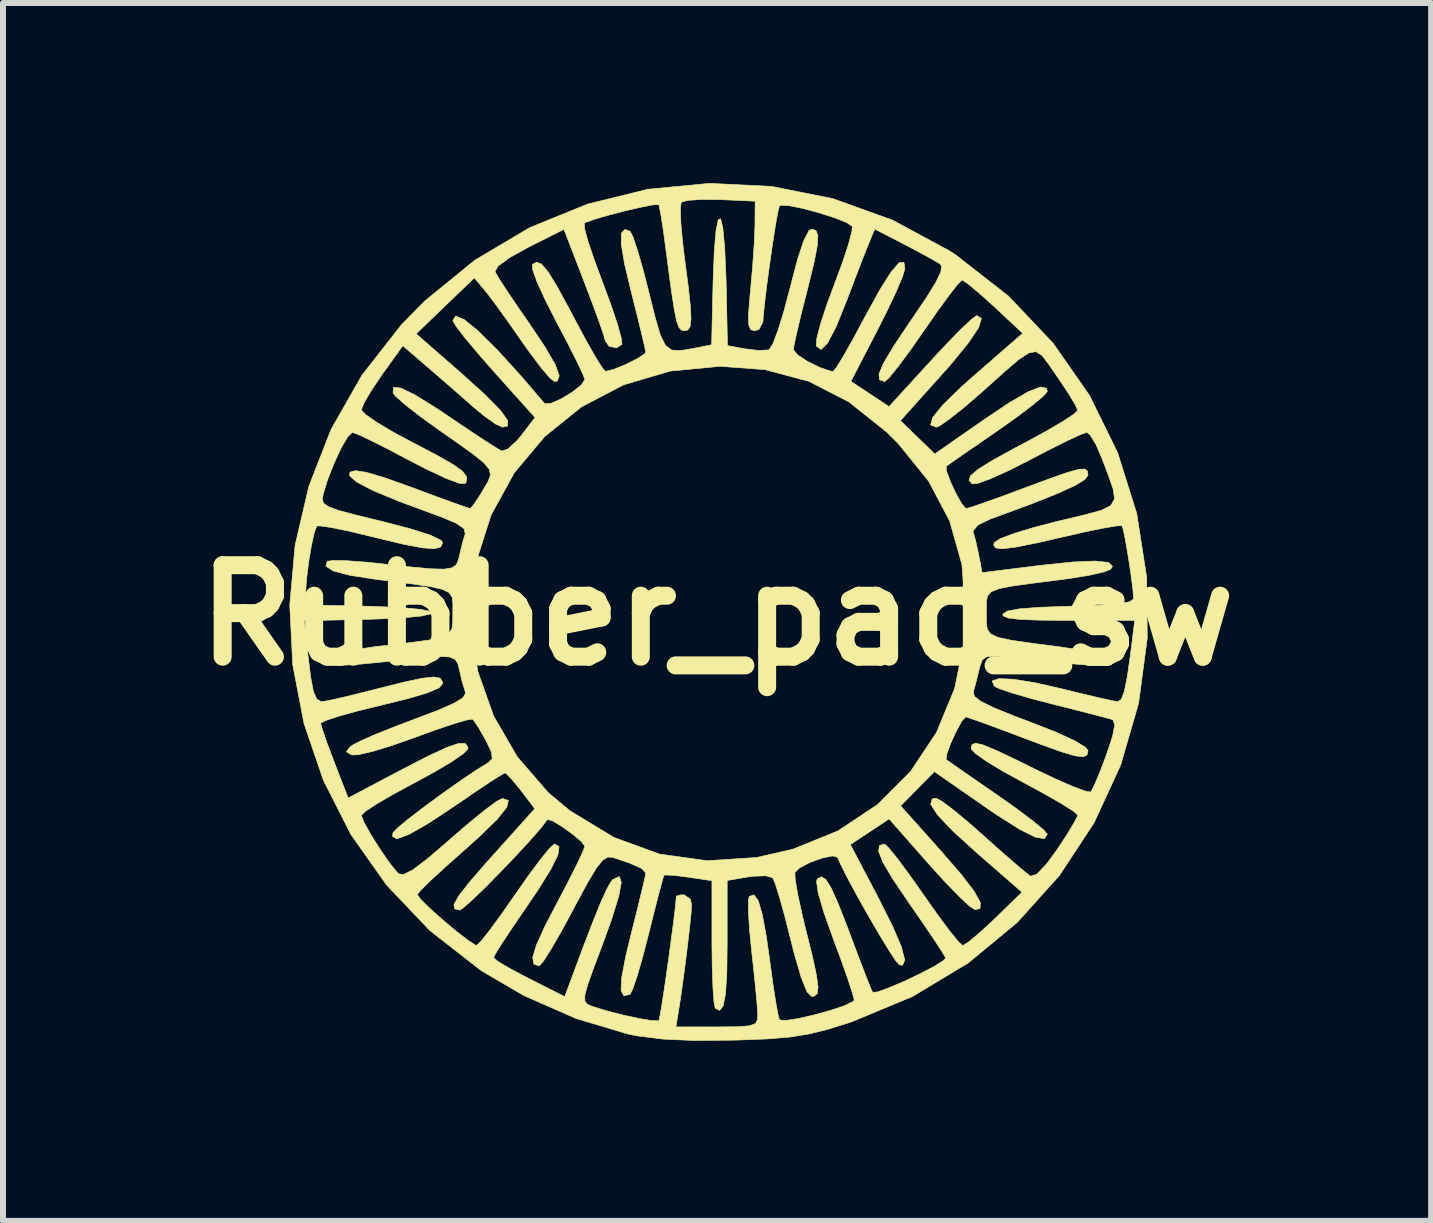
<source format=kicad_pcb>
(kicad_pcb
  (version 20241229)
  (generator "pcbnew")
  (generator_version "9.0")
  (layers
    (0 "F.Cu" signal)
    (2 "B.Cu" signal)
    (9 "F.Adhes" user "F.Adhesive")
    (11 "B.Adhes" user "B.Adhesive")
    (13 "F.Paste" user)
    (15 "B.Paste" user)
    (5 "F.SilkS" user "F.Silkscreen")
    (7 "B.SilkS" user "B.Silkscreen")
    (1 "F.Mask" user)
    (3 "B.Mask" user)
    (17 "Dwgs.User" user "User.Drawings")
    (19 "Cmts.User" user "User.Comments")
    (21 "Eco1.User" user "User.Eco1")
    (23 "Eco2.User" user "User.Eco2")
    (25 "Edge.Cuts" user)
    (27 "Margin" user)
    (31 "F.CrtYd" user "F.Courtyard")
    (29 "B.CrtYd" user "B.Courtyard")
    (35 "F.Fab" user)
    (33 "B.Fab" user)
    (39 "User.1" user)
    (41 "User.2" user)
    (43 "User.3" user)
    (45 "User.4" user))
  (footprint "Rubber_pad_sw"
    (layer "F.Cu")
    (at 8.897 7.202)
    (property "Reference" "Rubber_pad_sw" (at 0 0 0) (layer "F.SilkS") (effects (font (size 1.524 1.524) (thickness 0.3))))
    (attr through_hole)
    (fp_poly (pts (xy 0.097 -6.448) (xy 0.128 -6.123) (xy 0.149 -5.63) (xy 0.151 -5.57) (xy 0.174 -4.494) (xy 0.468 -4.439) (xy 0.696 -4.413) (xy 0.859 -4.422) (xy 0.868 -4.425) (xy 0.929 -4.519) (xy 1.015 -4.745) (xy 1.115 -5.068) (xy 1.216 -5.451) (xy 1.341 -5.929) (xy 1.446 -6.246) (xy 1.531 -6.408) (xy 1.575 -6.435) (xy 1.647 -6.413) (xy 1.68 -6.331) (xy 1.672 -6.167) (xy 1.62 -5.894) (xy 1.522 -5.491) (xy 1.482 -5.334) (xy 1.392 -4.979) (xy 1.322 -4.681) (xy 1.279 -4.48) (xy 1.272 -4.425) (xy 1.34 -4.34) (xy 1.506 -4.231) (xy 1.709 -4.13) (xy 1.888 -4.07) (xy 1.937 -4.065) (xy 1.994 -4.136) (xy 2.112 -4.329) (xy 2.272 -4.613) (xy 2.454 -4.953) (xy 2.705 -5.41) (xy 2.899 -5.719) (xy 3.036 -5.877) (xy 3.113 -5.883) (xy 3.13 -5.776) (xy 3.091 -5.645) (xy 2.989 -5.402) (xy 2.838 -5.082) (xy 2.678 -4.764) (xy 2.23 -3.898) (xy 2.548 -3.688) (xy 2.866 -3.477) (xy 3.559 -4.236) (xy 3.832 -4.529) (xy 4.068 -4.77) (xy 4.241 -4.933) (xy 4.326 -4.995) (xy 4.327 -4.995) (xy 4.405 -4.946) (xy 4.36 -4.796) (xy 4.191 -4.543) (xy 3.897 -4.183) (xy 3.729 -3.994) (xy 3.055 -3.243) (xy 3.628 -2.688) (xy 4.433 -3.249) (xy 4.868 -3.541) (xy 5.184 -3.725) (xy 5.388 -3.804) (xy 5.489 -3.784) (xy 5.503 -3.729) (xy 5.438 -3.653) (xy 5.258 -3.503) (xy 4.994 -3.303) (xy 4.678 -3.079) (xy 4.353 -2.855) (xy 4.082 -2.668) (xy 3.894 -2.537) (xy 3.818 -2.483) (xy 3.825 -2.397) (xy 3.89 -2.224) (xy 3.984 -2.023) (xy 4.079 -1.855) (xy 4.147 -1.778) (xy 4.15 -1.778) (xy 4.249 -1.806) (xy 4.472 -1.883) (xy 4.785 -1.995) (xy 5.112 -2.117) (xy 5.541 -2.276) (xy 5.837 -2.38) (xy 6.025 -2.432) (xy 6.128 -2.438) (xy 6.172 -2.403) (xy 6.181 -2.336) (xy 6.127 -2.262) (xy 5.959 -2.16) (xy 5.664 -2.026) (xy 5.232 -1.854) (xy 4.651 -1.64) (xy 4.549 -1.603) (xy 4.347 -1.504) (xy 4.266 -1.406) (xy 4.268 -1.385) (xy 4.311 -1.235) (xy 4.359 -1.01) (xy 4.362 -0.997) (xy 4.415 -0.711) (xy 5.38 -0.831) (xy 5.92 -0.888) (xy 6.303 -0.904) (xy 6.527 -0.88) (xy 6.589 -0.816) (xy 6.555 -0.765) (xy 6.44 -0.721) (xy 6.201 -0.667) (xy 5.882 -0.615) (xy 5.757 -0.598) (xy 5.271 -0.536) (xy 4.927 -0.489) (xy 4.701 -0.445) (xy 4.569 -0.393) (xy 4.506 -0.322) (xy 4.487 -0.222) (xy 4.487 -0.082) (xy 4.487 -0.04) (xy 4.487 0.118) (xy 4.502 0.231) (xy 4.557 0.31) (xy 4.679 0.367) (xy 4.892 0.414) (xy 5.221 0.462) (xy 5.692 0.523) (xy 5.709 0.525) (xy 6.16 0.595) (xy 6.448 0.666) (xy 6.58 0.739) (xy 6.588 0.754) (xy 6.592 0.798) (xy 6.555 0.827) (xy 6.458 0.84) (xy 6.279 0.836) (xy 5.998 0.815) (xy 5.593 0.777) (xy 5.043 0.72) (xy 4.944 0.71) (xy 4.659 0.683) (xy 4.499 0.689) (xy 4.421 0.741) (xy 4.379 0.853) (xy 4.368 0.899) (xy 4.312 1.125) (xy 4.27 1.278) (xy 4.288 1.35) (xy 4.395 1.434) (xy 4.613 1.541) (xy 4.961 1.682) (xy 5.206 1.774) (xy 5.64 1.944) (xy 5.958 2.089) (xy 6.141 2.2) (xy 6.181 2.253) (xy 6.165 2.326) (xy 6.102 2.357) (xy 5.968 2.342) (xy 5.741 2.275) (xy 5.396 2.151) (xy 5.08 2.032) (xy 4.72 1.897) (xy 4.421 1.787) (xy 4.216 1.715) (xy 4.141 1.693) (xy 4.079 1.762) (xy 3.988 1.927) (xy 3.895 2.129) (xy 3.829 2.307) (xy 3.817 2.401) (xy 3.818 2.402) (xy 3.897 2.459) (xy 4.087 2.592) (xy 4.36 2.781) (xy 4.678 3.001) (xy 5 3.229) (xy 5.263 3.427) (xy 5.44 3.574) (xy 5.503 3.647) (xy 5.454 3.722) (xy 5.301 3.695) (xy 5.037 3.563) (xy 4.657 3.322) (xy 4.427 3.164) (xy 3.622 2.604) (xy 3.059 3.175) (xy 3.731 3.927) (xy 4.069 4.318) (xy 4.287 4.603) (xy 4.389 4.79) (xy 4.381 4.886) (xy 4.297 4.904) (xy 4.202 4.841) (xy 4.024 4.674) (xy 3.788 4.43) (xy 3.529 4.144) (xy 2.867 3.392) (xy 2.221 3.82) (xy 2.675 4.683) (xy 2.921 5.173) (xy 3.072 5.525) (xy 3.128 5.744) (xy 3.091 5.83) (xy 3.037 5.824) (xy 2.97 5.745) (xy 2.845 5.552) (xy 2.681 5.281) (xy 2.499 4.968) (xy 2.319 4.647) (xy 2.163 4.356) (xy 2.049 4.128) (xy 2.008 4.031) (xy 1.923 4.009) (xy 1.749 4.045) (xy 1.546 4.119) (xy 1.375 4.208) (xy 1.297 4.285) (xy 1.302 4.402) (xy 1.343 4.643) (xy 1.414 4.97) (xy 1.477 5.232) (xy 1.589 5.682) (xy 1.656 5.995) (xy 1.683 6.193) (xy 1.67 6.302) (xy 1.62 6.345) (xy 1.576 6.35) (xy 1.498 6.272) (xy 1.402 6.034) (xy 1.286 5.635) (xy 1.226 5.397) (xy 1.129 5.014) (xy 1.039 4.692) (xy 0.968 4.465) (xy 0.928 4.373) (xy 0.811 4.34) (xy 0.596 4.348) (xy 0.516 4.359) (xy 0.169 4.418) (xy 0.169 5.463) (xy 0.163 5.964) (xy 0.141 6.309) (xy 0.101 6.511) (xy 0.042 6.583) (xy -0.031 6.545) (xy -0.051 6.444) (xy -0.068 6.209) (xy -0.08 5.873) (xy -0.085 5.473) (xy -0.085 5.457) (xy -0.085 4.422) (xy -0.473 4.364) (xy -0.708 4.334) (xy -0.858 4.327) (xy -0.885 4.333) (xy -0.912 4.421) (xy -0.971 4.64) (xy -1.052 4.957) (xy -1.141 5.314) (xy -1.239 5.694) (xy -1.331 6.011) (xy -1.405 6.229) (xy -1.449 6.314) (xy -1.552 6.341) (xy -1.599 6.254) (xy -1.589 6.039) (xy -1.522 5.686) (xy -1.432 5.313) (xy -1.336 4.932) (xy -1.258 4.611) (xy -1.205 4.387) (xy -1.187 4.295) (xy -1.252 4.22) (xy -1.46 4.127) (xy -1.739 4.033) (xy -1.821 4.028) (xy -1.906 4.08) (xy -2.011 4.212) (xy -2.152 4.447) (xy -2.347 4.806) (xy -2.402 4.911) (xy -2.594 5.266) (xy -2.763 5.558) (xy -2.891 5.76) (xy -2.962 5.842) (xy -2.965 5.842) (xy -3.054 5.809) (xy -3.071 5.699) (xy -3.01 5.495) (xy -2.867 5.18) (xy -2.67 4.801) (xy -2.486 4.45) (xy -2.336 4.152) (xy -2.236 3.939) (xy -2.202 3.845) (xy -2.263 3.767) (xy -2.407 3.646) (xy -2.584 3.519) (xy -2.74 3.425) (xy -2.825 3.399) (xy -2.827 3.402) (xy -2.932 3.541) (xy -3.117 3.752) (xy -3.352 4.007) (xy -3.609 4.276) (xy -3.859 4.53) (xy -4.075 4.739) (xy -4.229 4.875) (xy -4.286 4.911) (xy -4.373 4.891) (xy -4.384 4.822) (xy -4.311 4.686) (xy -4.144 4.469) (xy -3.872 4.154) (xy -3.719 3.983) (xy -3.036 3.222) (xy -3.264 2.923) (xy -3.41 2.743) (xy -3.512 2.637) (xy -3.533 2.625) (xy -3.615 2.67) (xy -3.807 2.793) (xy -4.078 2.975) (xy -4.37 3.175) (xy -4.814 3.469) (xy -5.136 3.652) (xy -5.334 3.724) (xy -5.408 3.683) (xy -5.398 3.622) (xy -5.321 3.541) (xy -5.138 3.39) (xy -4.882 3.194) (xy -4.587 2.977) (xy -4.287 2.765) (xy -4.016 2.582) (xy -3.814 2.457) (xy -3.746 2.39) (xy -3.759 2.277) (xy -3.856 2.075) (xy -3.972 1.873) (xy -4.059 1.745) (xy -4.076 1.729) (xy -4.172 1.744) (xy -4.392 1.809) (xy -4.703 1.914) (xy -5.041 2.037) (xy -5.415 2.169) (xy -5.74 2.268) (xy -5.978 2.323) (xy -6.087 2.327) (xy -6.175 2.274) (xy -6.125 2.203) (xy -6.074 2.164) (xy -5.937 2.092) (xy -5.679 1.979) (xy -5.34 1.844) (xy -5.035 1.729) (xy -4.633 1.576) (xy -4.372 1.46) (xy -4.231 1.371) (xy -4.19 1.296) (xy -4.195 1.273) (xy -4.25 1.093) (xy -4.292 0.91) (xy -4.318 0.804) (xy -4.365 0.733) (xy -4.458 0.694) (xy -4.624 0.685) (xy -4.89 0.702) (xy -5.283 0.744) (xy -5.566 0.777) (xy -5.932 0.813) (xy -6.234 0.832) (xy -6.433 0.831) (xy -6.492 0.818) (xy -6.515 0.731) (xy -6.396 0.655) (xy -6.126 0.586) (xy -5.695 0.522) (xy -5.588 0.51) (xy -5.121 0.456) (xy -4.796 0.412) (xy -4.587 0.367) (xy -4.469 0.306) (xy -4.416 0.22) (xy -4.41 0.163) (xy -4.104 0.163) (xy -3.986 0.935) (xy -3.723 1.677) (xy -3.328 2.359) (xy -2.813 2.954) (xy -2.452 3.256) (xy -1.72 3.7) (xy -0.959 3.978) (xy -0.166 4.089) (xy 0.66 4.035) (xy 1.27 3.895) (xy 2.019 3.59) (xy 2.675 3.153) (xy 3.225 2.601) (xy 3.658 1.95) (xy 3.96 1.216) (xy 4.121 0.417) (xy 4.145 -0.042) (xy 4.08 -0.847) (xy 3.877 -1.569) (xy 3.528 -2.232) (xy 3.022 -2.858) (xy 2.823 -3.056) (xy 2.198 -3.555) (xy 1.531 -3.898) (xy 0.799 -4.093) (xy 0.054 -4.149) (xy -0.782 -4.069) (xy -1.559 -3.839) (xy -2.26 -3.472) (xy -2.871 -2.979) (xy -3.378 -2.375) (xy -3.765 -1.671) (xy -4.017 -0.88) (xy -4.067 -0.614) (xy -4.104 0.163) (xy -4.41 0.163) (xy -4.403 0.096) (xy -4.403 -0.04) (xy -4.401 -0.192) (xy -4.413 -0.301) (xy -4.463 -0.377) (xy -4.576 -0.433) (xy -4.777 -0.478) (xy -5.089 -0.524) (xy -5.539 -0.581) (xy -5.673 -0.598) (xy -6.115 -0.666) (xy -6.395 -0.739) (xy -6.517 -0.819) (xy -6.494 -0.9) (xy -6.392 -0.914) (xy -6.16 -0.909) (xy -5.837 -0.885) (xy -5.587 -0.859) (xy -5.107 -0.806) (xy -4.769 -0.775) (xy -4.547 -0.769) (xy -4.413 -0.792) (xy -4.342 -0.845) (xy -4.306 -0.932) (xy -4.292 -0.995) (xy -4.239 -1.216) (xy -4.196 -1.355) (xy -4.212 -1.44) (xy -4.341 -1.532) (xy -4.605 -1.644) (xy -4.719 -1.685) (xy -5.306 -1.902) (xy -5.732 -2.079) (xy -6.003 -2.22) (xy -6.123 -2.326) (xy -6.116 -2.385) (xy -6.024 -2.41) (xy -5.838 -2.381) (xy -5.539 -2.292) (xy -5.106 -2.138) (xy -5.082 -2.129) (xy -4.714 -1.992) (xy -4.408 -1.88) (xy -4.196 -1.805) (xy -4.112 -1.778) (xy -4.054 -1.844) (xy -3.946 -2.008) (xy -3.899 -2.087) (xy -3.817 -2.226) (xy -3.776 -2.333) (xy -3.794 -2.431) (xy -3.886 -2.543) (xy -4.071 -2.692) (xy -4.365 -2.901) (xy -4.628 -3.085) (xy -4.935 -3.306) (xy -5.186 -3.501) (xy -5.35 -3.645) (xy -5.398 -3.704) (xy -5.391 -3.798) (xy -5.272 -3.788) (xy -5.036 -3.674) (xy -4.679 -3.453) (xy -4.44 -3.292) (xy -4.121 -3.077) (xy -3.85 -2.898) (xy -3.658 -2.777) (xy -3.586 -2.736) (xy -3.481 -2.774) (xy -3.329 -2.914) (xy -3.261 -2.997) (xy -3.032 -3.296) (xy -3.717 -4.06) (xy -3.982 -4.363) (xy -4.2 -4.623) (xy -4.347 -4.815) (xy -4.403 -4.909) (xy -4.403 -4.91) (xy -4.354 -4.986) (xy -4.212 -4.927) (xy -3.981 -4.739) (xy -3.664 -4.425) (xy -3.267 -3.988) (xy -2.873 -3.528) (xy -2.777 -3.528) (xy -2.605 -3.602) (xy -2.415 -3.716) (xy -2.262 -3.837) (xy -2.202 -3.928) (xy -2.24 -4.028) (xy -2.343 -4.245) (xy -2.495 -4.546) (xy -2.676 -4.889) (xy -2.859 -5.248) (xy -2.996 -5.547) (xy -3.072 -5.757) (xy -3.077 -5.846) (xy -3.006 -5.885) (xy -2.923 -5.85) (xy -2.814 -5.721) (xy -2.667 -5.482) (xy -2.467 -5.114) (xy -2.371 -4.932) (xy -2.188 -4.59) (xy -2.03 -4.311) (xy -1.914 -4.126) (xy -1.859 -4.064) (xy -1.725 -4.097) (xy -1.53 -4.175) (xy -1.338 -4.271) (xy -1.209 -4.353) (xy -1.187 -4.383) (xy -1.208 -4.485) (xy -1.262 -4.716) (xy -1.342 -5.041) (xy -1.432 -5.398) (xy -1.543 -5.865) (xy -1.596 -6.185) (xy -1.593 -6.369) (xy -1.534 -6.429) (xy -1.448 -6.398) (xy -1.399 -6.301) (xy -1.323 -6.074) (xy -1.23 -5.75) (xy -1.134 -5.377) (xy -1.028 -4.951) (xy -0.944 -4.666) (xy -0.859 -4.497) (xy -0.755 -4.419) (xy -0.61 -4.41) (xy -0.404 -4.445) (xy -0.352 -4.455) (xy -0.09 -4.508) (xy -0.066 -5.556) (xy -0.046 -6.069) (xy -0.016 -6.415) (xy 0.021 -6.594) (xy 0.06 -6.605) (xy 0.097 -6.448)) (stroke (width 0.01) (type solid)) (fill yes) (layer "F.SilkS"))
    (fp_poly (pts (xy 0.91 -7.146) (xy 1.931 -6.942) (xy 2.923 -6.585) (xy 3.87 -6.074) (xy 3.983 -6) (xy 4.855 -5.319) (xy 5.599 -4.534) (xy 6.208 -3.66) (xy 6.675 -2.708) (xy 6.994 -1.692) (xy 7.159 -0.627) (xy 7.168 0.381) (xy 7.023 1.469) (xy 6.724 2.499) (xy 6.281 3.459) (xy 5.704 4.336) (xy 5.001 5.118) (xy 4.183 5.794) (xy 3.259 6.35) (xy 2.238 6.775) (xy 2.201 6.787) (xy 1.838 6.9) (xy 1.525 6.977) (xy 1.212 7.027) (xy 0.845 7.058) (xy 0.372 7.076) (xy 0.254 7.079) (xy -0.388 7.084) (xy -0.901 7.061) (xy -1.324 7.008) (xy -1.482 6.977) (xy -2.351 6.717) (xy -3.218 6.336) (xy -3.928 5.921) (xy -4.784 5.253) (xy -5.508 4.491) (xy -6.1 3.652) (xy -6.558 2.75) (xy -6.882 1.802) (xy -7.07 0.822) (xy -7.106 0.09) (xy -6.877 0.09) (xy -6.817 0.652) (xy -6.771 1.029) (xy -6.726 1.266) (xy -6.672 1.392) (xy -6.601 1.436) (xy -6.574 1.438) (xy -6.454 1.417) (xy -6.212 1.362) (xy -5.887 1.282) (xy -5.673 1.228) (xy -5.224 1.115) (xy -4.914 1.049) (xy -4.718 1.027) (xy -4.613 1.048) (xy -4.574 1.108) (xy -4.572 1.138) (xy -4.633 1.209) (xy -4.826 1.292) (xy -5.161 1.391) (xy -5.588 1.496) (xy -5.976 1.591) (xy -6.296 1.679) (xy -6.515 1.751) (xy -6.604 1.797) (xy -6.604 1.799) (xy -6.575 1.905) (xy -6.499 2.125) (xy -6.391 2.412) (xy -6.375 2.455) (xy -6.146 3.044) (xy -5.269 2.58) (xy -4.828 2.353) (xy -4.513 2.206) (xy -4.308 2.135) (xy -4.193 2.135) (xy -4.151 2.198) (xy -4.15 2.223) (xy -4.222 2.301) (xy -4.415 2.435) (xy -4.701 2.606) (xy -5.039 2.79) (xy -5.385 2.976) (xy -5.669 3.141) (xy -5.859 3.266) (xy -5.927 3.333) (xy -5.882 3.45) (xy -5.768 3.654) (xy -5.618 3.893) (xy -5.463 4.117) (xy -5.336 4.277) (xy -5.303 4.309) (xy -5.218 4.317) (xy -5.068 4.24) (xy -4.836 4.066) (xy -4.505 3.783) (xy -4.44 3.725) (xy -4.136 3.463) (xy -3.872 3.248) (xy -3.676 3.103) (xy -3.577 3.051) (xy -3.477 3.085) (xy -3.504 3.199) (xy -3.663 3.398) (xy -3.956 3.684) (xy -4.233 3.932) (xy -4.529 4.195) (xy -4.772 4.418) (xy -4.935 4.579) (xy -4.995 4.653) (xy -4.935 4.735) (xy -4.781 4.887) (xy -4.573 5.073) (xy -4.351 5.259) (xy -4.156 5.41) (xy -4.028 5.493) (xy -4.006 5.5) (xy -3.934 5.432) (xy -3.79 5.251) (xy -3.594 4.984) (xy -3.367 4.658) (xy -3.363 4.653) (xy -3.135 4.327) (xy -2.935 4.059) (xy -2.786 3.878) (xy -2.708 3.81) (xy -2.707 3.81) (xy -2.632 3.853) (xy -2.65 3.989) (xy -2.767 4.228) (xy -2.986 4.58) (xy -3.175 4.859) (xy -3.393 5.178) (xy -3.571 5.446) (xy -3.688 5.632) (xy -3.725 5.704) (xy -3.655 5.764) (xy -3.469 5.875) (xy -3.204 6.017) (xy -3.131 6.054) (xy -2.537 6.354) (xy -2.466 6.161) (xy -2.244 5.564) (xy -2.07 5.111) (xy -1.937 4.783) (xy -1.839 4.566) (xy -1.768 4.441) (xy -1.735 4.402) (xy -1.627 4.353) (xy -1.595 4.449) (xy -1.64 4.691) (xy -1.762 5.082) (xy -1.909 5.487) (xy -2.061 5.889) (xy -2.157 6.161) (xy -2.203 6.332) (xy -2.203 6.428) (xy -2.163 6.479) (xy -2.089 6.512) (xy -1.863 6.584) (xy -1.588 6.655) (xy -1.314 6.715) (xy -1.093 6.753) (xy -0.975 6.757) (xy -0.969 6.754) (xy -0.949 6.666) (xy -0.913 6.451) (xy -0.867 6.146) (xy -0.816 5.792) (xy -0.767 5.429) (xy -0.723 5.096) (xy -0.692 4.833) (xy -0.678 4.68) (xy -0.678 4.678) (xy -0.608 4.659) (xy -0.55 4.657) (xy -0.446 4.727) (xy -0.423 4.82) (xy -0.434 4.982) (xy -0.464 5.264) (xy -0.506 5.619) (xy -0.555 5.997) (xy -0.604 6.353) (xy -0.64 6.583) (xy -0.685 6.858) (xy -0.004 6.858) (xy 0.334 6.855) (xy 0.536 6.84) (xy 0.638 6.804) (xy 0.674 6.736) (xy 0.678 6.668) (xy 0.669 6.505) (xy 0.643 6.22) (xy 0.606 5.859) (xy 0.578 5.61) (xy 0.542 5.244) (xy 0.523 4.942) (xy 0.524 4.743) (xy 0.537 4.684) (xy 0.615 4.658) (xy 0.686 4.754) (xy 0.754 4.984) (xy 0.823 5.362) (xy 0.877 5.743) (xy 0.929 6.127) (xy 0.978 6.445) (xy 1.018 6.661) (xy 1.04 6.741) (xy 1.145 6.751) (xy 1.355 6.718) (xy 1.622 6.657) (xy 1.896 6.581) (xy 2.127 6.503) (xy 2.267 6.435) (xy 2.286 6.41) (xy 2.257 6.297) (xy 2.18 6.061) (xy 2.066 5.738) (xy 1.938 5.394) (xy 1.78 4.95) (xy 1.685 4.625) (xy 1.658 4.434) (xy 1.671 4.392) (xy 1.739 4.357) (xy 1.813 4.402) (xy 1.903 4.547) (xy 2.021 4.81) (xy 2.177 5.208) (xy 2.238 5.373) (xy 2.371 5.726) (xy 2.484 6.02) (xy 2.563 6.218) (xy 2.592 6.282) (xy 2.677 6.274) (xy 2.866 6.206) (xy 3.115 6.1) (xy 3.377 5.975) (xy 3.61 5.854) (xy 3.768 5.756) (xy 3.81 5.711) (xy 3.764 5.629) (xy 3.639 5.436) (xy 3.454 5.162) (xy 3.228 4.835) (xy 3.216 4.818) (xy 2.941 4.412) (xy 2.768 4.123) (xy 2.692 3.935) (xy 2.705 3.836) (xy 2.789 3.81) (xy 2.861 3.876) (xy 3.006 4.055) (xy 3.204 4.321) (xy 3.433 4.646) (xy 3.44 4.656) (xy 3.67 4.982) (xy 3.869 5.251) (xy 4.017 5.433) (xy 4.092 5.503) (xy 4.093 5.503) (xy 4.184 5.448) (xy 4.359 5.303) (xy 4.584 5.097) (xy 4.623 5.059) (xy 5.082 4.614) (xy 4.319 3.949) (xy 3.927 3.592) (xy 3.674 3.325) (xy 3.56 3.149) (xy 3.584 3.06) (xy 3.652 3.048) (xy 3.751 3.102) (xy 3.944 3.247) (xy 4.201 3.461) (xy 4.435 3.668) (xy 4.725 3.926) (xy 4.974 4.143) (xy 5.153 4.294) (xy 5.224 4.347) (xy 5.327 4.314) (xy 5.493 4.14) (xy 5.668 3.901) (xy 5.836 3.645) (xy 5.958 3.441) (xy 6.01 3.332) (xy 6.01 3.328) (xy 5.939 3.264) (xy 5.746 3.142) (xy 5.462 2.978) (xy 5.121 2.794) (xy 4.774 2.604) (xy 4.491 2.433) (xy 4.301 2.299) (xy 4.233 2.223) (xy 4.247 2.155) (xy 4.305 2.131) (xy 4.428 2.158) (xy 4.639 2.245) (xy 4.962 2.397) (xy 5.287 2.558) (xy 5.639 2.726) (xy 5.934 2.855) (xy 6.141 2.932) (xy 6.228 2.944) (xy 6.282 2.842) (xy 6.373 2.627) (xy 6.481 2.343) (xy 6.485 2.331) (xy 6.59 2.016) (xy 6.626 1.828) (xy 6.597 1.743) (xy 6.582 1.736) (xy 6.461 1.702) (xy 6.213 1.637) (xy 5.879 1.552) (xy 5.588 1.479) (xy 5.217 1.382) (xy 4.907 1.291) (xy 4.695 1.219) (xy 4.621 1.182) (xy 4.584 1.094) (xy 4.695 1.055) (xy 4.937 1.065) (xy 5.296 1.123) (xy 5.715 1.218) (xy 6.084 1.308) (xy 6.393 1.381) (xy 6.606 1.427) (xy 6.679 1.439) (xy 6.736 1.4) (xy 6.787 1.265) (xy 6.837 1.012) (xy 6.893 0.618) (xy 6.904 0.529) (xy 6.959 0.085) (xy 5.843 0.085) (xy 5.369 0.081) (xy 5.045 0.068) (xy 4.851 0.045) (xy 4.767 0.009) (xy 4.762 -0.021) (xy 4.839 -0.071) (xy 5.04 -0.108) (xy 5.382 -0.134) (xy 5.87 -0.151) (xy 6.353 -0.167) (xy 6.681 -0.191) (xy 6.872 -0.225) (xy 6.94 -0.271) (xy 6.941 -0.278) (xy 6.927 -0.445) (xy 6.894 -0.697) (xy 6.851 -0.98) (xy 6.806 -1.242) (xy 6.768 -1.431) (xy 6.747 -1.493) (xy 6.656 -1.49) (xy 6.434 -1.452) (xy 6.118 -1.387) (xy 5.803 -1.315) (xy 5.318 -1.204) (xy 4.976 -1.136) (xy 4.757 -1.109) (xy 4.642 -1.122) (xy 4.61 -1.172) (xy 4.62 -1.212) (xy 4.715 -1.275) (xy 4.944 -1.362) (xy 5.273 -1.462) (xy 5.671 -1.566) (xy 5.676 -1.567) (xy 6.107 -1.669) (xy 6.396 -1.747) (xy 6.562 -1.828) (xy 6.623 -1.939) (xy 6.599 -2.107) (xy 6.51 -2.359) (xy 6.418 -2.603) (xy 6.313 -2.847) (xy 6.214 -3.008) (xy 6.161 -3.048) (xy 6.053 -3.01) (xy 5.83 -2.907) (xy 5.526 -2.755) (xy 5.208 -2.589) (xy 4.86 -2.412) (xy 4.562 -2.278) (xy 4.348 -2.199) (xy 4.253 -2.189) (xy 4.198 -2.249) (xy 4.224 -2.325) (xy 4.348 -2.431) (xy 4.585 -2.579) (xy 4.953 -2.781) (xy 5.144 -2.882) (xy 5.485 -3.068) (xy 5.764 -3.231) (xy 5.949 -3.353) (xy 6.011 -3.413) (xy 5.966 -3.514) (xy 5.846 -3.711) (xy 5.677 -3.964) (xy 5.66 -3.987) (xy 5.518 -4.194) (xy 5.412 -4.332) (xy 5.313 -4.393) (xy 5.195 -4.372) (xy 5.03 -4.264) (xy 4.793 -4.062) (xy 4.456 -3.759) (xy 4.395 -3.705) (xy 4.116 -3.464) (xy 3.877 -3.274) (xy 3.71 -3.157) (xy 3.654 -3.133) (xy 3.558 -3.173) (xy 3.594 -3.297) (xy 3.764 -3.507) (xy 4.072 -3.806) (xy 4.325 -4.031) (xy 5.093 -4.699) (xy 4.617 -5.144) (xy 4.383 -5.355) (xy 4.196 -5.511) (xy 4.09 -5.584) (xy 4.081 -5.586) (xy 4.013 -5.52) (xy 3.872 -5.34) (xy 3.677 -5.073) (xy 3.451 -4.748) (xy 3.445 -4.74) (xy 3.217 -4.413) (xy 3.018 -4.145) (xy 2.87 -3.963) (xy 2.795 -3.895) (xy 2.794 -3.895) (xy 2.707 -3.923) (xy 2.698 -4.019) (xy 2.773 -4.199) (xy 2.939 -4.478) (xy 3.203 -4.873) (xy 3.229 -4.91) (xy 3.485 -5.288) (xy 3.649 -5.553) (xy 3.73 -5.724) (xy 3.739 -5.823) (xy 3.714 -5.856) (xy 3.581 -5.934) (xy 3.35 -6.06) (xy 3.113 -6.185) (xy 2.627 -6.436) (xy 2.513 -6.16) (xy 2.428 -5.945) (xy 2.308 -5.635) (xy 2.178 -5.291) (xy 2.162 -5.249) (xy 1.986 -4.812) (xy 1.843 -4.538) (xy 1.734 -4.429) (xy 1.658 -4.482) (xy 1.653 -4.495) (xy 1.663 -4.619) (xy 1.727 -4.863) (xy 1.834 -5.189) (xy 1.949 -5.498) (xy 2.084 -5.861) (xy 2.187 -6.171) (xy 2.246 -6.391) (xy 2.254 -6.48) (xy 2.162 -6.543) (xy 1.958 -6.624) (xy 1.694 -6.708) (xy 1.421 -6.781) (xy 1.19 -6.827) (xy 1.054 -6.833) (xy 1.041 -6.826) (xy 1.016 -6.733) (xy 0.976 -6.514) (xy 0.928 -6.209) (xy 0.878 -5.86) (xy 0.83 -5.509) (xy 0.792 -5.196) (xy 0.769 -4.965) (xy 0.765 -4.889) (xy 0.699 -4.764) (xy 0.626 -4.741) (xy 0.561 -4.76) (xy 0.528 -4.839) (xy 0.524 -5.009) (xy 0.547 -5.303) (xy 0.56 -5.44) (xy 0.594 -5.826) (xy 0.62 -6.2) (xy 0.632 -6.49) (xy 0.632 -6.519) (xy 0.635 -6.9) (xy 0.051 -6.926) (xy -0.25 -6.929) (xy -0.482 -6.914) (xy -0.595 -6.884) (xy -0.596 -6.883) (xy -0.611 -6.776) (xy -0.603 -6.54) (xy -0.574 -6.215) (xy -0.544 -5.969) (xy -0.481 -5.489) (xy -0.444 -5.151) (xy -0.434 -4.933) (xy -0.449 -4.808) (xy -0.49 -4.752) (xy -0.543 -4.741) (xy -0.594 -4.752) (xy -0.636 -4.799) (xy -0.674 -4.907) (xy -0.713 -5.1) (xy -0.76 -5.402) (xy -0.818 -5.836) (xy -0.852 -6.096) (xy -0.897 -6.424) (xy -0.937 -6.681) (xy -0.966 -6.825) (xy -0.972 -6.843) (xy -1.064 -6.839) (xy -1.267 -6.8) (xy -1.531 -6.739) (xy -1.807 -6.667) (xy -2.044 -6.598) (xy -2.192 -6.544) (xy -2.213 -6.531) (xy -2.206 -6.436) (xy -2.145 -6.216) (xy -2.04 -5.906) (xy -1.906 -5.547) (xy -1.768 -5.173) (xy -1.66 -4.853) (xy -1.596 -4.621) (xy -1.584 -4.515) (xy -1.675 -4.456) (xy -1.8 -4.484) (xy -1.863 -4.577) (xy -1.892 -4.681) (xy -1.97 -4.907) (xy -2.086 -5.221) (xy -2.207 -5.54) (xy -2.551 -6.431) (xy -3.146 -6.132) (xy -3.458 -5.959) (xy -3.649 -5.819) (xy -3.699 -5.726) (xy -3.636 -5.615) (xy -3.497 -5.401) (xy -3.304 -5.116) (xy -3.141 -4.881) (xy -2.865 -4.469) (xy -2.695 -4.176) (xy -2.629 -3.99) (xy -2.661 -3.904) (xy -2.709 -3.895) (xy -2.79 -3.96) (xy -2.939 -4.136) (xy -3.13 -4.391) (xy -3.238 -4.543) (xy -3.458 -4.859) (xy -3.663 -5.145) (xy -3.821 -5.355) (xy -3.863 -5.407) (xy -4.043 -5.623) (xy -4.528 -5.157) (xy -5.013 -4.69) (xy -4.243 -4.017) (xy -3.859 -3.67) (xy -3.608 -3.414) (xy -3.487 -3.244) (xy -3.49 -3.154) (xy -3.577 -3.135) (xy -3.693 -3.189) (xy -3.886 -3.327) (xy -4.064 -3.475) (xy -4.358 -3.734) (xy -4.684 -4.017) (xy -4.841 -4.153) (xy -5.236 -4.492) (xy -5.582 -4.01) (xy -5.754 -3.755) (xy -5.878 -3.545) (xy -5.927 -3.425) (xy -5.927 -3.423) (xy -5.856 -3.344) (xy -5.663 -3.211) (xy -5.379 -3.043) (xy -5.084 -2.885) (xy -4.677 -2.672) (xy -4.403 -2.516) (xy -4.242 -2.401) (xy -4.173 -2.312) (xy -4.175 -2.233) (xy -4.193 -2.198) (xy -4.288 -2.198) (xy -4.509 -2.279) (xy -4.836 -2.432) (xy -5.121 -2.579) (xy -5.471 -2.764) (xy -5.769 -2.914) (xy -5.983 -3.014) (xy -6.077 -3.048) (xy -6.153 -2.975) (xy -6.262 -2.789) (xy -6.381 -2.533) (xy -6.49 -2.255) (xy -6.56 -2.028) (xy -6.577 -1.937) (xy -6.557 -1.869) (xy -6.476 -1.81) (xy -6.307 -1.748) (xy -6.025 -1.673) (xy -5.605 -1.57) (xy -5.593 -1.567) (xy -5.113 -1.443) (xy -4.78 -1.337) (xy -4.602 -1.252) (xy -4.572 -1.211) (xy -4.603 -1.139) (xy -4.708 -1.11) (xy -4.91 -1.124) (xy -5.228 -1.185) (xy -5.684 -1.294) (xy -5.773 -1.316) (xy -6.13 -1.402) (xy -6.423 -1.462) (xy -6.614 -1.49) (xy -6.67 -1.487) (xy -6.711 -1.377) (xy -6.76 -1.155) (xy -6.806 -0.876) (xy -6.84 -0.597) (xy -6.853 -0.405) (xy -6.858 -0.174) (xy -5.799 -0.151) (xy -5.288 -0.131) (xy -4.945 -0.1) (xy -4.77 -0.064) (xy -4.763 -0.025) (xy -4.925 0.012) (xy -5.254 0.044) (xy -5.751 0.065) (xy -5.809 0.066) (xy -6.877 0.09) (xy -7.106 0.09) (xy -7.119 -0.173) (xy -7.03 -1.168) (xy -6.801 -2.148) (xy -6.431 -3.097) (xy -5.917 -3.999) (xy -5.26 -4.839) (xy -4.876 -5.231) (xy -4.037 -5.916) (xy -3.126 -6.457) (xy -2.158 -6.851) (xy -1.152 -7.099) (xy -0.124 -7.197) (xy 0.91 -7.146)) (stroke (width 0.01) (type solid)) (fill yes) (layer "F.SilkS")))
  (gr_rect
    (start -3 -3)
    (end 20.795 17.292)
    (stroke (width 0.1) (type default))
    (fill no)
    (layer "Edge.Cuts")))
</source>
